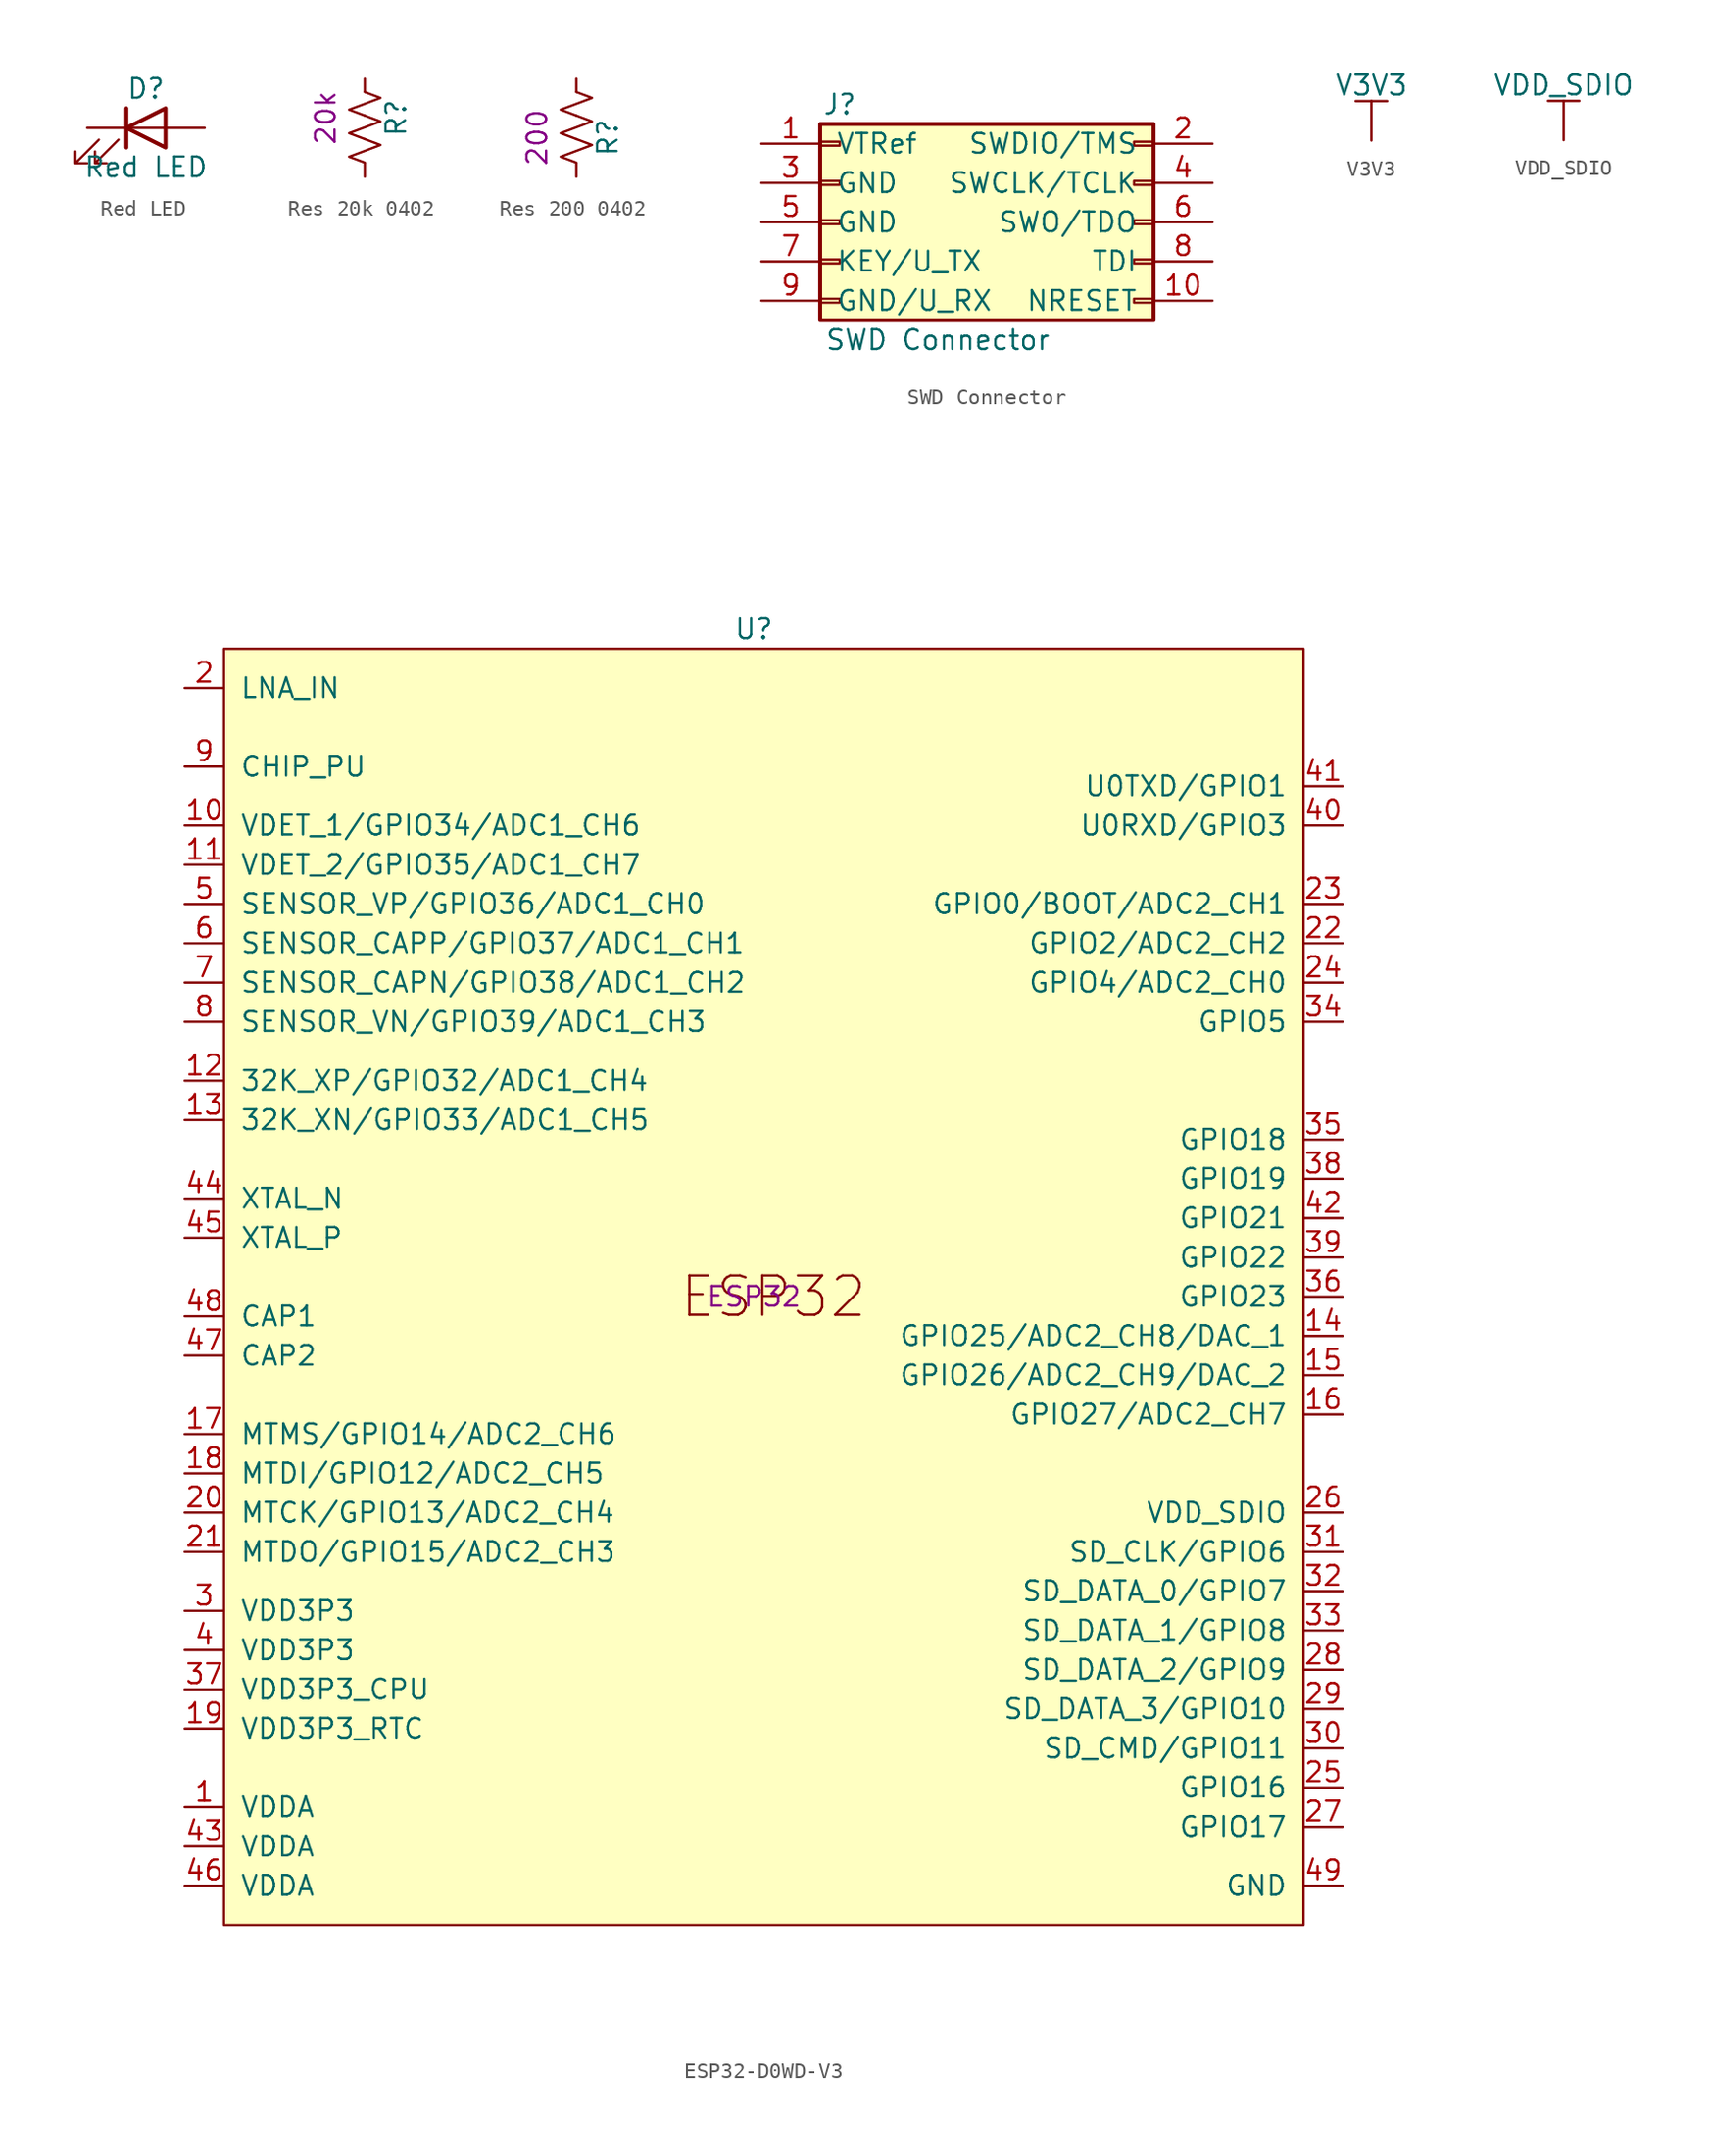
<source format=kicad_sym>
(kicad_symbol_lib
  (version 20211014)
  (generator kicad_symbol_editor)
  (symbol "Red LED"
    (pin_numbers hide)
    (pin_names
      (offset 1.016) hide)
    (property "Reference" "D"
      (at 0 2.54 0)
      (effects (font (size 1.27 1.27))))
    (property "Value" "Red LED"
      (at 0 -2.54 0)
      (effects (font (size 1.27 1.27))))
    (symbol "Red LED_0_1"
      (polyline (pts (xy -1.27 -1.27) (xy -1.27 1.27)) (stroke (width 0.254) (type default) (color 0 0 0 0)) (fill (type none)))
      (polyline (pts (xy -1.27 0) (xy 1.27 0)) (stroke (width 0) (type default) (color 0 0 0 0)) (fill (type none)))
      (polyline (pts (xy 1.27 -1.27) (xy 1.27 1.27) (xy -1.27 0) (xy 1.27 -1.27)) (stroke (width 0.254) (type default) (color 0 0 0 0)) (fill (type none)))
      (polyline (pts (xy -3.048 -0.762) (xy -4.572 -2.286) (xy -3.81 -2.286) (xy -4.572 -2.286) (xy -4.572 -1.524)) (stroke (width 0) (type default) (color 0 0 0 0)) (fill (type none)))
      (polyline (pts (xy -1.778 -0.762) (xy -3.302 -2.286) (xy -2.54 -2.286) (xy -3.302 -2.286) (xy -3.302 -1.524)) (stroke (width 0) (type default) (color 0 0 0 0)) (fill (type none))))
    (symbol "Red LED_1_1"
      (pin passive line (at -3.81 0 0) (length 2.54) (name "K" (effects (font (size 1.27 1.27)))) (number "1" (effects (font (size 1.27 1.27)))))
      (pin passive line (at 3.81 0 180) (length 2.54) (name "A" (effects (font (size 1.27 1.27)))) (number "2" (effects (font (size 1.27 1.27)))))))
  (symbol "Res 20k 0402"
    (pin_numbers hide)
    (pin_names
      (offset 0))
    (property "Reference" "R"
      (at 2.032 0 90)
      (effects (font (size 1.27 1.27))))
    (property "Val" "20k"
      (at -2.54 0 90)
      (effects (font (size 1.27 1.27))))
    (symbol "Res 20k 0402_1_1"
      (polyline (pts (xy 0 -1.372) (xy 1.016 -1.753) (xy 0 -2.134) (xy -1.016 -2.515) (xy 0 -2.896)) (stroke (width 0) (type default) (color 0 0 0 0)) (fill (type none)))
      (polyline (pts (xy 0 0.152) (xy 1.016 -0.229) (xy 0 -0.61) (xy -1.016 -0.991) (xy 0 -1.372)) (stroke (width 0) (type default) (color 0 0 0 0)) (fill (type none)))
      (polyline (pts (xy 0 1.676) (xy 1.016 1.295) (xy 0 0.914) (xy -1.016 0.533) (xy 0 0.152)) (stroke (width 0) (type default) (color 0 0 0 0)) (fill (type none)))
      (pin passive line (at 0 2.54 270) (length 0.85) (name "~" (effects (font (size 1.27 1.27)))) (number "1" (effects (font (size 1.27 1.27)))))
      (pin passive line (at 0 -3.81 90) (length 0.85) (name "~" (effects (font (size 1.27 1.27)))) (number "2" (effects (font (size 1.27 1.27)))))))
  (symbol "Res 200 0402"
    (pin_numbers hide)
    (pin_names
      (offset 0))
    (property "Reference" "R"
      (at 2.032 0 90)
      (effects (font (size 1.27 1.27))))
    (property "Val" "200"
      (at -2.54 0 90)
      (effects (font (size 1.27 1.27))))
    (symbol "Res 200 0402_1_1"
      (polyline (pts (xy 0 -0.102) (xy 1.016 -0.483) (xy 0 -0.864) (xy -1.016 -1.245) (xy 0 -1.626)) (stroke (width 0) (type default) (color 0 0 0 0)) (fill (type none)))
      (polyline (pts (xy 0 1.422) (xy 1.016 1.041) (xy 0 0.66) (xy -1.016 0.279) (xy 0 -0.102)) (stroke (width 0) (type default) (color 0 0 0 0)) (fill (type none)))
      (polyline (pts (xy 0 2.946) (xy 1.016 2.565) (xy 0 2.184) (xy -1.016 1.803) (xy 0 1.422)) (stroke (width 0) (type default) (color 0 0 0 0)) (fill (type none)))
      (pin passive line (at 0 3.81 270) (length 0.85) (name "~" (effects (font (size 1.27 1.27)))) (number "1" (effects (font (size 1.27 1.27)))))
      (pin passive line (at 0 -2.54 90) (length 0.85) (name "~" (effects (font (size 1.27 1.27)))) (number "2" (effects (font (size 1.27 1.27)))))))
  (symbol "SWD Connector"
    (pin_names
      (offset 1.016))
    (property "Reference" "J"
      (at -8.89 7.62 0)
      (effects (font (size 1.27 1.27))))
    (property "Value" "SWD Connector"
      (at -2.54 -7.62 0)
      (effects (font (size 1.27 1.27))))
    (symbol "SWD Connector_1_1"
      (rectangle (start -10.16 -4.953) (end -8.89 -5.207) (stroke (width 0.152) (type default) (color 0 0 0 0)) (fill (type none)))
      (rectangle (start -10.16 -2.413) (end -8.89 -2.667) (stroke (width 0.152) (type default) (color 0 0 0 0)) (fill (type none)))
      (rectangle (start -10.16 0.127) (end -8.89 -0.127) (stroke (width 0.152) (type default) (color 0 0 0 0)) (fill (type none)))
      (rectangle (start -10.16 2.667) (end -8.89 2.413) (stroke (width 0.152) (type default) (color 0 0 0 0)) (fill (type none)))
      (rectangle (start -10.16 5.207) (end -8.89 4.953) (stroke (width 0.152) (type default) (color 0 0 0 0)) (fill (type none)))
      (rectangle (start -10.16 6.35) (end 11.43 -6.35) (stroke (width 0.254) (type default) (color 0 0 0 0)) (fill (type background)))
      (rectangle (start 11.43 -4.953) (end 10.16 -5.207) (stroke (width 0.152) (type default) (color 0 0 0 0)) (fill (type none)))
      (rectangle (start 11.43 -2.413) (end 10.16 -2.667) (stroke (width 0.152) (type default) (color 0 0 0 0)) (fill (type none)))
      (rectangle (start 11.43 0.127) (end 10.16 -0.127) (stroke (width 0.152) (type default) (color 0 0 0 0)) (fill (type none)))
      (rectangle (start 11.43 2.667) (end 10.16 2.413) (stroke (width 0.152) (type default) (color 0 0 0 0)) (fill (type none)))
      (rectangle (start 11.43 5.207) (end 10.16 4.953) (stroke (width 0.152) (type default) (color 0 0 0 0)) (fill (type none)))
      (pin power_in line (at -13.97 5.08 0) (length 3.81) (name "VTRef" (effects (font (size 1.27 1.27)))) (number "1" (effects (font (size 1.27 1.27)))))
      (pin output line (at 15.24 -5.08 180) (length 3.81) (name "NRESET" (effects (font (size 1.27 1.27)))) (number "10" (effects (font (size 1.27 1.27)))))
      (pin bidirectional line (at 15.24 5.08 180) (length 3.81) (name "SWDIO/TMS" (effects (font (size 1.27 1.27)))) (number "2" (effects (font (size 1.27 1.27)))))
      (pin power_in line (at -13.97 2.54 0) (length 3.81) (name "GND" (effects (font (size 1.27 1.27)))) (number "3" (effects (font (size 1.27 1.27)))))
      (pin output line (at 15.24 2.54 180) (length 3.81) (name "SWCLK/TCLK" (effects (font (size 1.27 1.27)))) (number "4" (effects (font (size 1.27 1.27)))))
      (pin power_in line (at -13.97 0 0) (length 3.81) (name "GND" (effects (font (size 1.27 1.27)))) (number "5" (effects (font (size 1.27 1.27)))))
      (pin input line (at 15.24 0 180) (length 3.81) (name "SWO/TDO" (effects (font (size 1.27 1.27)))) (number "6" (effects (font (size 1.27 1.27)))))
      (pin output line (at -13.97 -2.54 0) (length 3.81) (name "KEY/U_TX" (effects (font (size 1.27 1.27)))) (number "7" (effects (font (size 1.27 1.27)))))
      (pin output line (at 15.24 -2.54 180) (length 3.81) (name "TDI" (effects (font (size 1.27 1.27)))) (number "8" (effects (font (size 1.27 1.27)))))
      (pin input line (at -13.97 -5.08 0) (length 3.81) (name "GND/U_RX" (effects (font (size 1.27 1.27)))) (number "9" (effects (font (size 1.27 1.27)))))))
  (symbol "V3V3"
    (power)
    (pin_names
      (offset 0))
    (property "Reference" "#PWR"
      (at 0 -3.81 0)
      (effects (font (size 1.27 1.27)) hide))
    (property "Value" "V3V3"
      (at 0 3.556 0)
      (effects (font (size 1.27 1.27))))
    (symbol "V3V3_0_1"
      (polyline (pts (xy -1.016 2.54) (xy 0 2.54)) (stroke (width 0) (type default) (color 0 0 0 0)) (fill (type none)))
      (polyline (pts (xy 0 0) (xy 0 2.54)) (stroke (width 0) (type default) (color 0 0 0 0)) (fill (type none)))
      (polyline (pts (xy 0 2.54) (xy 1.016 2.54)) (stroke (width 0) (type default) (color 0 0 0 0)) (fill (type none))))
    (symbol "V3V3_1_1"
      (pin power_in line (at 0 0 90) (length 0) hide (name "V3V3" (effects (font (size 1.27 1.27)))) (number "1" (effects (font (size 1.27 1.27)))))))
  (symbol "VDD_SDIO"
    (power)
    (pin_names
      (offset 0))
    (property "Reference" "#PWR"
      (at 0 -3.81 0)
      (effects (font (size 1.27 1.27)) hide))
    (property "Value" "VDD_SDIO"
      (at 0 3.556 0)
      (effects (font (size 1.27 1.27))))
    (symbol "VDD_SDIO_0_1"
      (polyline (pts (xy -1.016 2.54) (xy 0 2.54)) (stroke (width 0) (type default) (color 0 0 0 0)) (fill (type none)))
      (polyline (pts (xy 0 0) (xy 0 2.54)) (stroke (width 0) (type default) (color 0 0 0 0)) (fill (type none)))
      (polyline (pts (xy 0 2.54) (xy 1.016 2.54)) (stroke (width 0) (type default) (color 0 0 0 0)) (fill (type none))))
    (symbol "VDD_SDIO_1_1"
      (pin power_in line (at 0 0 90) (length 0) hide (name "VDD_SDIO" (effects (font (size 1.27 1.27)))) (number "1" (effects (font (size 1.27 1.27)))))))
  (symbol "‎ESP32-D0WD-V3‎"
    (pin_names
      (offset 1.016))
    (property "Reference" "U"
      (at 0 43.18 0)
      (effects (font (size 1.27 1.27))))
    (property "Val" "ESP32"
      (at 0 0 0)
      (effects (font (size 1.27 1.27))))
    (symbol "‎ESP32-D0WD-V3‎_0_0"
      (text "ESP32" (at 1.27 0 0) (effects (font (size 2.54 2.54)))))
    (symbol "‎ESP32-D0WD-V3‎_0_1"
      (rectangle (start -34.29 41.91) (end 35.56 -40.64) (stroke (width 0) (type default) (color 0 0 0 0)) (fill (type background))))
    (symbol "‎ESP32-D0WD-V3‎_1_1"
      (pin power_in line (at -36.83 -33.02 0) (length 2.54) (name "VDDA" (effects (font (size 1.27 1.27)))) (number "1" (effects (font (size 1.27 1.27)))))
      (pin input line (at -36.83 30.48 0) (length 2.54) (name "VDET_1/GPIO34/ADC1_CH6" (effects (font (size 1.27 1.27)))) (number "10" (effects (font (size 1.27 1.27)))))
      (pin input line (at -36.83 27.94 0) (length 2.54) (name "VDET_2/GPIO35/ADC1_CH7" (effects (font (size 1.27 1.27)))) (number "11" (effects (font (size 1.27 1.27)))))
      (pin bidirectional line (at -36.83 13.97 0) (length 2.54) (name "32K_XP/GPIO32/ADC1_CH4" (effects (font (size 1.27 1.27)))) (number "12" (effects (font (size 1.27 1.27)))))
      (pin bidirectional line (at -36.83 11.43 0) (length 2.54) (name "32K_XN/GPIO33/ADC1_CH5" (effects (font (size 1.27 1.27)))) (number "13" (effects (font (size 1.27 1.27)))))
      (pin bidirectional line (at 38.1 -2.54 180) (length 2.54) (name "GPIO25/ADC2_CH8/DAC_1" (effects (font (size 1.27 1.27)))) (number "14" (effects (font (size 1.27 1.27)))))
      (pin bidirectional line (at 38.1 -5.08 180) (length 2.54) (name "GPIO26/ADC2_CH9/DAC_2" (effects (font (size 1.27 1.27)))) (number "15" (effects (font (size 1.27 1.27)))))
      (pin bidirectional line (at 38.1 -7.62 180) (length 2.54) (name "GPIO27/ADC2_CH7" (effects (font (size 1.27 1.27)))) (number "16" (effects (font (size 1.27 1.27)))))
      (pin bidirectional line (at -36.83 -8.89 0) (length 2.54) (name "MTMS/GPIO14/ADC2_CH6" (effects (font (size 1.27 1.27)))) (number "17" (effects (font (size 1.27 1.27)))))
      (pin bidirectional line (at -36.83 -11.43 0) (length 2.54) (name "MTDI/GPIO12/ADC2_CH5" (effects (font (size 1.27 1.27)))) (number "18" (effects (font (size 1.27 1.27)))))
      (pin power_in line (at -36.83 -27.94 0) (length 2.54) (name "VDD3P3_RTC" (effects (font (size 1.27 1.27)))) (number "19" (effects (font (size 1.27 1.27)))))
      (pin bidirectional line (at -36.83 39.37 0) (length 2.54) (name "LNA_IN" (effects (font (size 1.27 1.27)))) (number "2" (effects (font (size 1.27 1.27)))))
      (pin bidirectional line (at -36.83 -13.97 0) (length 2.54) (name "MTCK/GPIO13/ADC2_CH4" (effects (font (size 1.27 1.27)))) (number "20" (effects (font (size 1.27 1.27)))))
      (pin bidirectional line (at -36.83 -16.51 0) (length 2.54) (name "MTDO/GPIO15/ADC2_CH3" (effects (font (size 1.27 1.27)))) (number "21" (effects (font (size 1.27 1.27)))))
      (pin bidirectional line (at 38.1 22.86 180) (length 2.54) (name "GPIO2/ADC2_CH2" (effects (font (size 1.27 1.27)))) (number "22" (effects (font (size 1.27 1.27)))))
      (pin bidirectional line (at 38.1 25.4 180) (length 2.54) (name "GPIO0/BOOT/ADC2_CH1" (effects (font (size 1.27 1.27)))) (number "23" (effects (font (size 1.27 1.27)))))
      (pin bidirectional line (at 38.1 20.32 180) (length 2.54) (name "GPIO4/ADC2_CH0" (effects (font (size 1.27 1.27)))) (number "24" (effects (font (size 1.27 1.27)))))
      (pin bidirectional line (at 38.1 -31.75 180) (length 2.54) (name "GPIO16" (effects (font (size 1.27 1.27)))) (number "25" (effects (font (size 1.27 1.27)))))
      (pin power_out line (at 38.1 -13.97 180) (length 2.54) (name "VDD_SDIO" (effects (font (size 1.27 1.27)))) (number "26" (effects (font (size 1.27 1.27)))))
      (pin bidirectional line (at 38.1 -34.29 180) (length 2.54) (name "GPIO17" (effects (font (size 1.27 1.27)))) (number "27" (effects (font (size 1.27 1.27)))))
      (pin bidirectional line (at 38.1 -24.13 180) (length 2.54) (name "SD_DATA_2/GPIO9" (effects (font (size 1.27 1.27)))) (number "28" (effects (font (size 1.27 1.27)))))
      (pin bidirectional line (at 38.1 -26.67 180) (length 2.54) (name "SD_DATA_3/GPIO10" (effects (font (size 1.27 1.27)))) (number "29" (effects (font (size 1.27 1.27)))))
      (pin power_in line (at -36.83 -20.32 0) (length 2.54) (name "VDD3P3" (effects (font (size 1.27 1.27)))) (number "3" (effects (font (size 1.27 1.27)))))
      (pin bidirectional line (at 38.1 -29.21 180) (length 2.54) (name "SD_CMD/GPIO11" (effects (font (size 1.27 1.27)))) (number "30" (effects (font (size 1.27 1.27)))))
      (pin bidirectional line (at 38.1 -16.51 180) (length 2.54) (name "SD_CLK/GPIO6" (effects (font (size 1.27 1.27)))) (number "31" (effects (font (size 1.27 1.27)))))
      (pin bidirectional line (at 38.1 -19.05 180) (length 2.54) (name "SD_DATA_0/GPIO7" (effects (font (size 1.27 1.27)))) (number "32" (effects (font (size 1.27 1.27)))))
      (pin bidirectional line (at 38.1 -21.59 180) (length 2.54) (name "SD_DATA_1/GPIO8" (effects (font (size 1.27 1.27)))) (number "33" (effects (font (size 1.27 1.27)))))
      (pin bidirectional line (at 38.1 17.78 180) (length 2.54) (name "GPIO5" (effects (font (size 1.27 1.27)))) (number "34" (effects (font (size 1.27 1.27)))))
      (pin bidirectional line (at 38.1 10.16 180) (length 2.54) (name "GPIO18" (effects (font (size 1.27 1.27)))) (number "35" (effects (font (size 1.27 1.27)))))
      (pin bidirectional line (at 38.1 0 180) (length 2.54) (name "GPIO23" (effects (font (size 1.27 1.27)))) (number "36" (effects (font (size 1.27 1.27)))))
      (pin power_in line (at -36.83 -25.4 0) (length 2.54) (name "VDD3P3_CPU" (effects (font (size 1.27 1.27)))) (number "37" (effects (font (size 1.27 1.27)))))
      (pin bidirectional line (at 38.1 7.62 180) (length 2.54) (name "GPIO19" (effects (font (size 1.27 1.27)))) (number "38" (effects (font (size 1.27 1.27)))))
      (pin bidirectional line (at 38.1 2.54 180) (length 2.54) (name "GPIO22" (effects (font (size 1.27 1.27)))) (number "39" (effects (font (size 1.27 1.27)))))
      (pin power_in line (at -36.83 -22.86 0) (length 2.54) (name "VDD3P3" (effects (font (size 1.27 1.27)))) (number "4" (effects (font (size 1.27 1.27)))))
      (pin bidirectional line (at 38.1 30.48 180) (length 2.54) (name "U0RXD/GPIO3" (effects (font (size 1.27 1.27)))) (number "40" (effects (font (size 1.27 1.27)))))
      (pin bidirectional line (at 38.1 33.02 180) (length 2.54) (name "U0TXD/GPIO1" (effects (font (size 1.27 1.27)))) (number "41" (effects (font (size 1.27 1.27)))))
      (pin bidirectional line (at 38.1 5.08 180) (length 2.54) (name "GPIO21" (effects (font (size 1.27 1.27)))) (number "42" (effects (font (size 1.27 1.27)))))
      (pin power_in line (at -36.83 -35.56 0) (length 2.54) (name "VDDA" (effects (font (size 1.27 1.27)))) (number "43" (effects (font (size 1.27 1.27)))))
      (pin output line (at -36.83 6.35 0) (length 2.54) (name "XTAL_N" (effects (font (size 1.27 1.27)))) (number "44" (effects (font (size 1.27 1.27)))))
      (pin input line (at -36.83 3.81 0) (length 2.54) (name "XTAL_P" (effects (font (size 1.27 1.27)))) (number "45" (effects (font (size 1.27 1.27)))))
      (pin power_in line (at -36.83 -38.1 0) (length 2.54) (name "VDDA" (effects (font (size 1.27 1.27)))) (number "46" (effects (font (size 1.27 1.27)))))
      (pin input line (at -36.83 -3.81 0) (length 2.54) (name "CAP2" (effects (font (size 1.27 1.27)))) (number "47" (effects (font (size 1.27 1.27)))))
      (pin input line (at -36.83 -1.27 0) (length 2.54) (name "CAP1" (effects (font (size 1.27 1.27)))) (number "48" (effects (font (size 1.27 1.27)))))
      (pin power_in line (at 38.1 -38.1 180) (length 2.54) (name "GND" (effects (font (size 1.27 1.27)))) (number "49" (effects (font (size 1.27 1.27)))))
      (pin input line (at -36.83 25.4 0) (length 2.54) (name "SENSOR_VP/GPIO36/ADC1_CH0" (effects (font (size 1.27 1.27)))) (number "5" (effects (font (size 1.27 1.27)))))
      (pin input line (at -36.83 22.86 0) (length 2.54) (name "SENSOR_CAPP/GPIO37/ADC1_CH1" (effects (font (size 1.27 1.27)))) (number "6" (effects (font (size 1.27 1.27)))))
      (pin input line (at -36.83 20.32 0) (length 2.54) (name "SENSOR_CAPN/GPIO38/ADC1_CH2" (effects (font (size 1.27 1.27)))) (number "7" (effects (font (size 1.27 1.27)))))
      (pin input line (at -36.83 17.78 0) (length 2.54) (name "SENSOR_VN/GPIO39/ADC1_CH3" (effects (font (size 1.27 1.27)))) (number "8" (effects (font (size 1.27 1.27)))))
      (pin input line (at -36.83 34.29 0) (length 2.54) (name "CHIP_PU" (effects (font (size 1.27 1.27)))) (number "9" (effects (font (size 1.27 1.27))))))))
</source>
